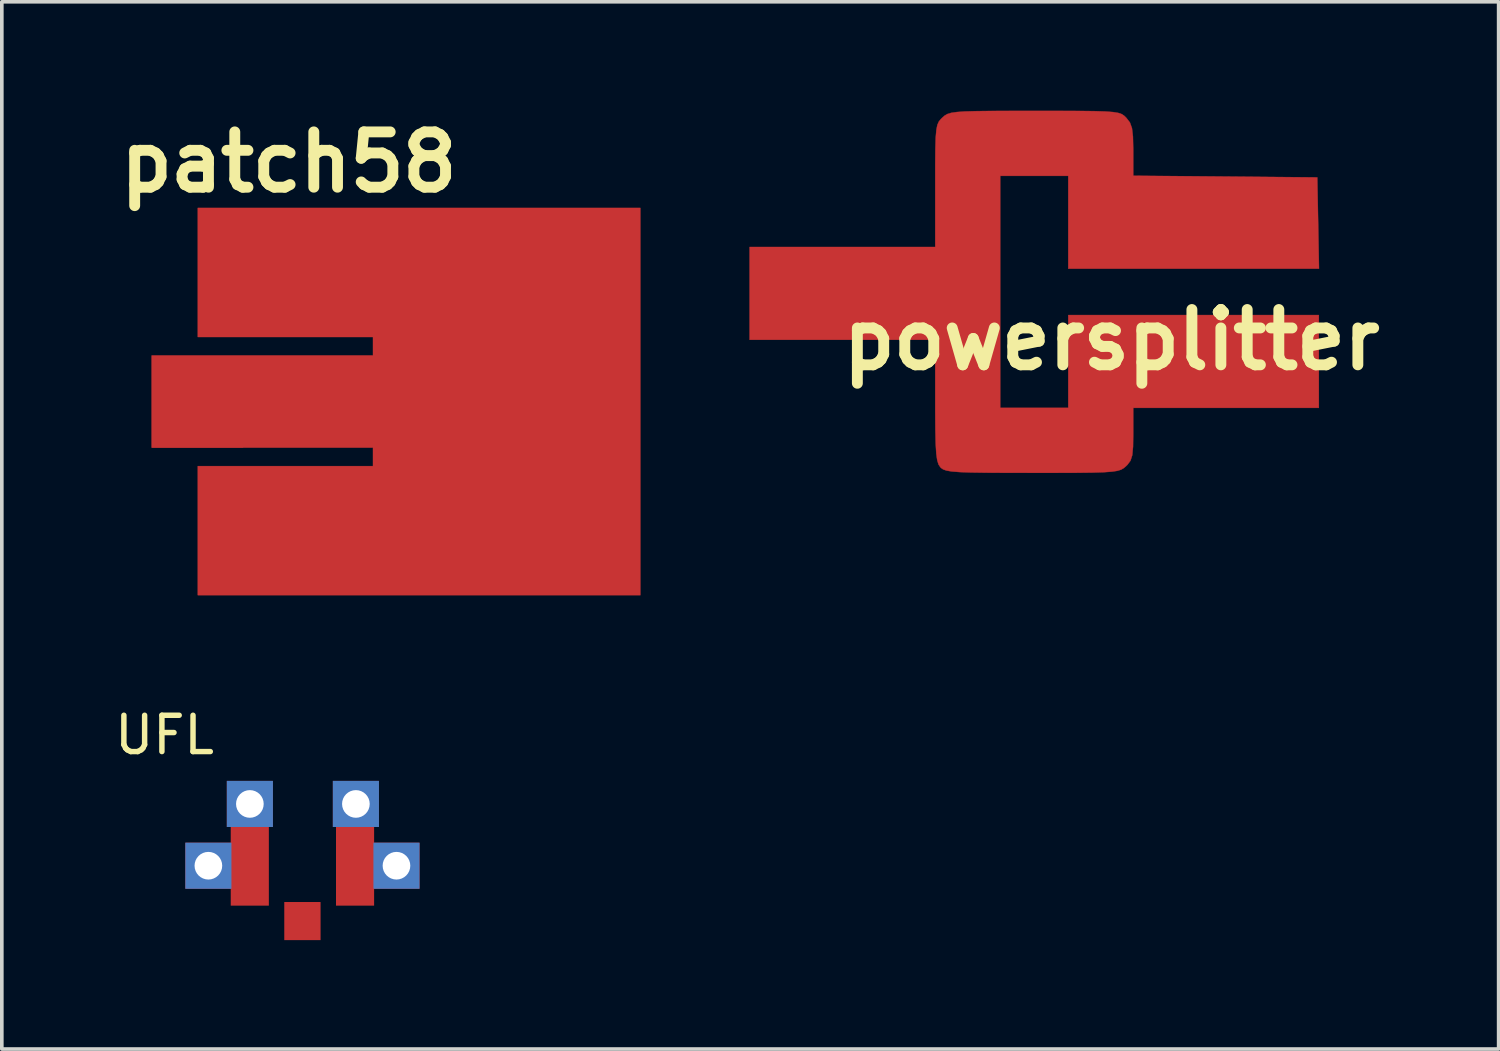
<source format=kicad_pcb>
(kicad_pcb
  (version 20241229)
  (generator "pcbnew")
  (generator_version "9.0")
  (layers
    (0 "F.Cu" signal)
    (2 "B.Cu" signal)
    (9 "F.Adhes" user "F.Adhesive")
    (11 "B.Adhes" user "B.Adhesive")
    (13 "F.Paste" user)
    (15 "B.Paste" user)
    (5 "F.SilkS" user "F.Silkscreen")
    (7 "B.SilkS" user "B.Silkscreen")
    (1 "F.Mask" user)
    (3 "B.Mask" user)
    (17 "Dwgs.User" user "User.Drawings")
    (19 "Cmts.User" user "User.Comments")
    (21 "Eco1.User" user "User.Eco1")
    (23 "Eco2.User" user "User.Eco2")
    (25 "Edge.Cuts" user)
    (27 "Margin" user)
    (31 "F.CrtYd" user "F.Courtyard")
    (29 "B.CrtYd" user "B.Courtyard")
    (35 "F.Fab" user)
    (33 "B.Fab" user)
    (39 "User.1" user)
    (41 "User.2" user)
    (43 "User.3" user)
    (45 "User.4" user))
  (footprint "UFL"
    (layer "F.Cu")
    (at 5.282 20.801)
    (property "Reference" "UFL" (at -3.8 -3.6 0) (layer "F.SilkS") (effects (font (size 1 1) (thickness 0.15))))
    (attr through_hole)
    (pad "1" smd rect (at 0 1.525) (size 1 1.05) (layers "F.Cu" "F.Mask" "F.Paste"))
    (pad "2" thru_hole rect (at -2.591 0) (size 1.27 1.27) (drill 0.762) (layers "*.Cu" "*.Mask"))
    (pad "2" smd rect (at -1.45 0) (size 1.05 2.2) (layers "F.Cu" "F.Mask" "F.Paste"))
    (pad "2" thru_hole rect (at -1.448 -1.702) (size 1.27 1.27) (drill 0.762) (layers "*.Cu" "*.Mask"))
    (pad "2" smd rect (at 1.45 0) (size 1.05 2.2) (layers "F.Cu" "F.Mask" "F.Paste"))
    (pad "2" thru_hole rect (at 1.473 -1.702) (size 1.27 1.27) (drill 0.762) (layers "*.Cu" "*.Mask"))
    (pad "2" thru_hole rect (at 2.591 0) (size 1.27 1.27) (drill 0.762) (layers "*.Cu" "*.Mask")))
  (footprint "powersplitter"
    (layer "F.Cu")
    (at 27.574 6.312)
    (property "Reference" "powersplitter" (at 0 0 0) (layer "F.SilkS") (effects (font (size 1.524 1.524) (thickness 0.3))))
    (attr through_hole)
    (fp_poly (pts (xy -1.426 -6.307) (xy -0.884 -6.305) (xy -0.472 -6.3) (xy -0.169 -6.29) (xy 0.044 -6.274) (xy 0.188 -6.25) (xy 0.283 -6.217) (xy 0.349 -6.172) (xy 0.407 -6.115) (xy 0.411 -6.11) (xy 0.506 -5.986) (xy 0.562 -5.831) (xy 0.589 -5.601) (xy 0.597 -5.249) (xy 0.597 -5.216) (xy 0.597 -4.52) (xy 5.668 -4.475) (xy 5.692 -3.218) (xy 5.715 -1.96) (xy -1.193 -1.96) (xy -1.193 -4.517) (xy -3.068 -4.517) (xy -3.068 1.875) (xy -1.193 1.875) (xy -1.193 -0.682) (xy 5.711 -0.682) (xy 5.711 1.875) (xy 0.597 1.875) (xy 0.597 2.585) (xy 0.592 2.944) (xy 0.57 3.178) (xy 0.522 3.329) (xy 0.437 3.443) (xy 0.399 3.48) (xy 0.336 3.534) (xy 0.263 3.577) (xy 0.16 3.609) (xy 0.007 3.632) (xy -0.218 3.648) (xy -0.532 3.658) (xy -0.958 3.663) (xy -1.515 3.665) (xy -2.187 3.665) (xy -2.892 3.664) (xy -3.445 3.661) (xy -3.867 3.655) (xy -4.178 3.644) (xy -4.397 3.627) (xy -4.543 3.603) (xy -4.637 3.571) (xy -4.697 3.53) (xy -4.717 3.509) (xy -4.767 3.434) (xy -4.803 3.317) (xy -4.829 3.135) (xy -4.845 2.865) (xy -4.854 2.482) (xy -4.858 1.962) (xy -4.858 1.677) (xy -4.858 0) (xy -9.972 0) (xy -9.972 -2.557) (xy -4.858 -2.557) (xy -4.858 -4.247) (xy -4.858 -4.824) (xy -4.854 -5.255) (xy -4.845 -5.565) (xy -4.827 -5.778) (xy -4.799 -5.92) (xy -4.758 -6.013) (xy -4.7 -6.084) (xy -4.661 -6.122) (xy -4.598 -6.177) (xy -4.524 -6.22) (xy -4.42 -6.252) (xy -4.264 -6.275) (xy -4.038 -6.291) (xy -3.719 -6.3) (xy -3.289 -6.305) (xy -2.726 -6.307) (xy -2.119 -6.307) (xy -1.426 -6.307)) (stroke (width 0.01) (type solid)) (fill yes) (layer "F.Cu")))
  (footprint "patch58"
    (layer "F.Cu")
    (at 10.443 10.13)
    (property "Reference" "patch58" (at -5.537 -8.712 0) (layer "F.SilkS") (effects (font (size 1.524 1.524) (thickness 0.3))))
    (attr through_hole)
    (fp_poly (pts (xy 4.149 3.217) (xy -8.043 3.217) (xy -8.043 -0.339) (xy -3.217 -0.339) (xy -3.217 -0.847) (xy -9.313 -0.847) (xy -9.313 -3.387) (xy -3.217 -3.387) (xy -3.217 -3.895) (xy -8.043 -3.895) (xy -8.043 -7.451) (xy 4.149 -7.451) (xy 4.149 3.217)) (stroke (width 0.01) (type solid)) (fill yes) (layer "F.Cu"))
    (pad "1" smd rect (at -8.052 -2.108) (size 2.515 2.515) (layers "F.Cu" "F.Mask" "F.Paste")))
  (gr_rect
    (start -3 -3)
    (end 38.238 25.851)
    (stroke (width 0.1) (type default))
    (fill no)
    (layer "Edge.Cuts")))
</source>
